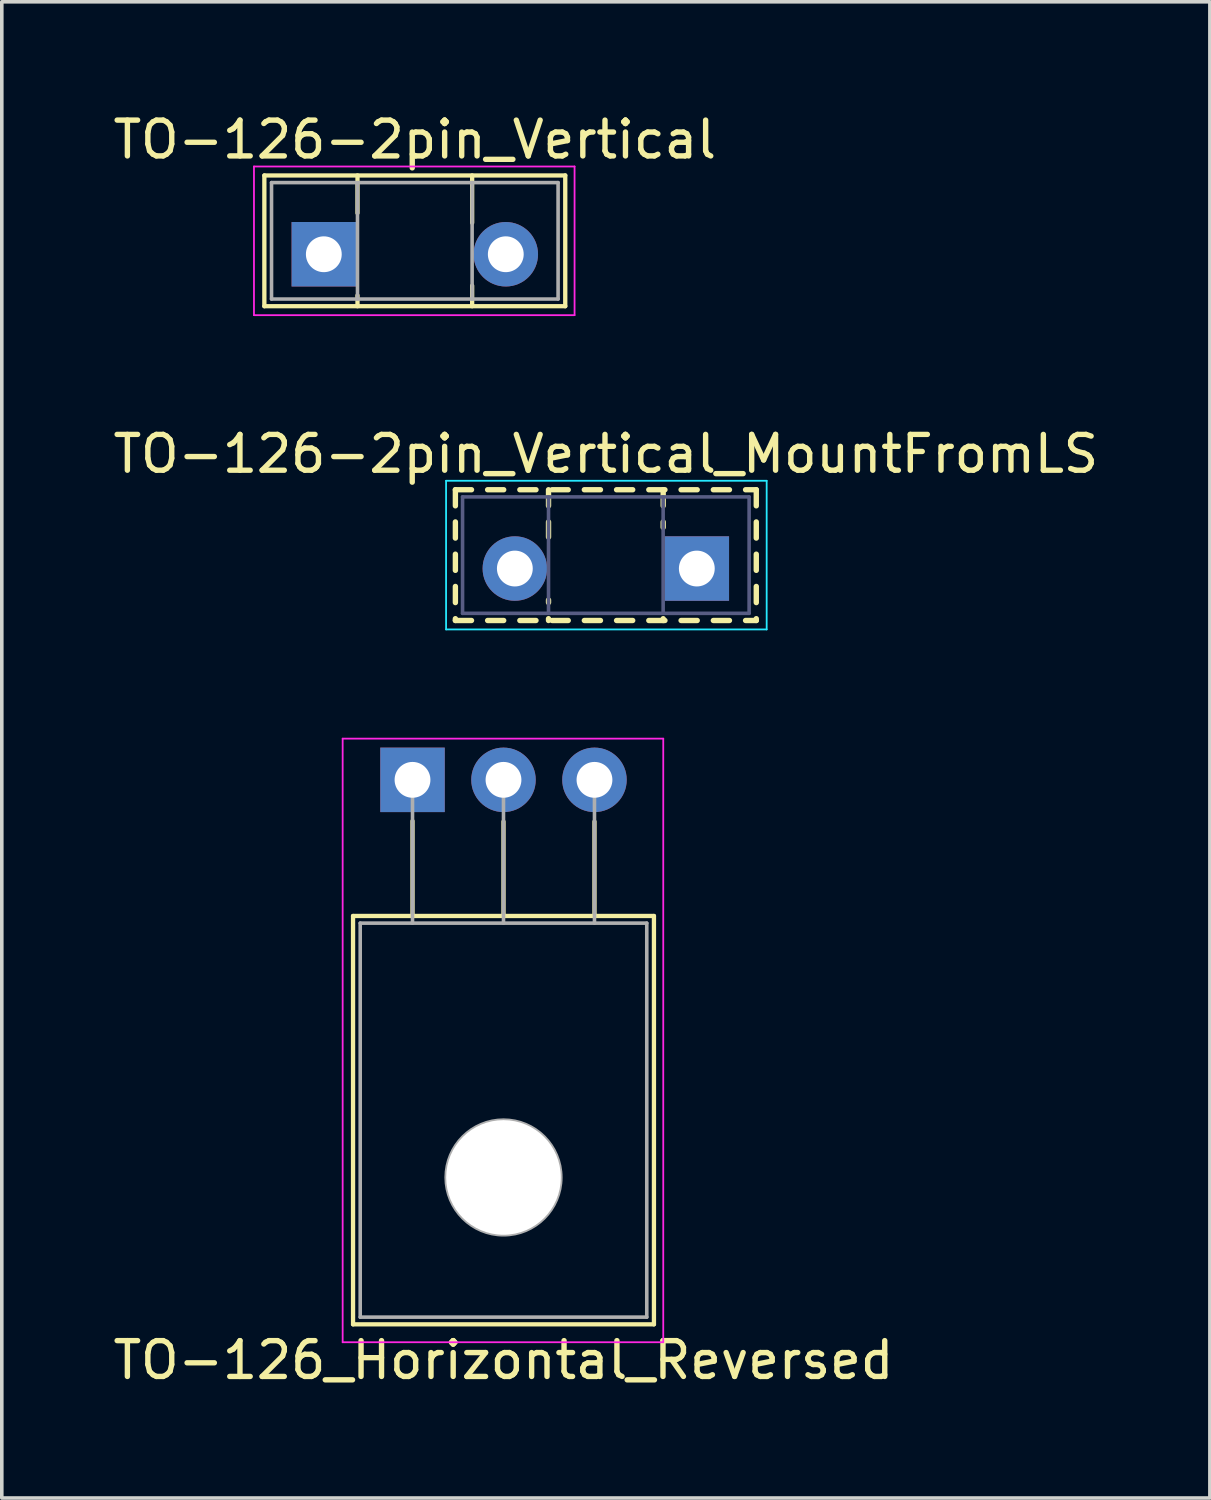
<source format=kicad_pcb>
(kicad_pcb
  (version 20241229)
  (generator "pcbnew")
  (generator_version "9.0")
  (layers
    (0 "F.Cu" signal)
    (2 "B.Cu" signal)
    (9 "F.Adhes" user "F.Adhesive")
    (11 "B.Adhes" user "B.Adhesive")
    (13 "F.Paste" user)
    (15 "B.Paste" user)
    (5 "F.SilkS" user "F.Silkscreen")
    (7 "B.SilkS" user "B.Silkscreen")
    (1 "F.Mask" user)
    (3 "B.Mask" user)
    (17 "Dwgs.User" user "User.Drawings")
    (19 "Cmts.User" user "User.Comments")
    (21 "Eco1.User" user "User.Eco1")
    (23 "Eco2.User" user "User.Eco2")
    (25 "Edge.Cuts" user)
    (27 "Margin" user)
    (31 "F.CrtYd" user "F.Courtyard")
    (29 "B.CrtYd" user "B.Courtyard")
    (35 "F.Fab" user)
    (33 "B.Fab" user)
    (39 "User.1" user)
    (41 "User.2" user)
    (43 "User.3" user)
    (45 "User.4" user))
  (footprint "TO-126_Horizontal_Reversed"
    (layer "F.Cu")
    (at 8.466 18.721)
    (property "Reference" "TO-126_Horizontal_Reversed" (at 2.54 16.2 0) (layer "F.SilkS") (effects (font (size 1 1) (thickness 0.15))))
    (attr through_hole)
    (fp_line (start -1.66 3.8) (end -1.66 15.2) (stroke (width 0.12) (type solid)) (layer "F.SilkS"))
    (fp_line (start -1.66 3.8) (end 6.74 3.8) (stroke (width 0.12) (type solid)) (layer "F.SilkS"))
    (fp_line (start -1.66 15.2) (end 6.74 15.2) (stroke (width 0.12) (type solid)) (layer "F.SilkS"))
    (fp_line (start 0 1.15) (end 0 3.8) (stroke (width 0.12) (type solid)) (layer "F.SilkS"))
    (fp_line (start 2.54 1.165) (end 2.54 3.8) (stroke (width 0.12) (type solid)) (layer "F.SilkS"))
    (fp_line (start 5.08 1.165) (end 5.08 3.8) (stroke (width 0.12) (type solid)) (layer "F.SilkS"))
    (fp_line (start 6.74 3.8) (end 6.74 15.2) (stroke (width 0.12) (type solid)) (layer "F.SilkS"))
    (fp_line (start -1.95 -1.15) (end -1.95 15.7) (stroke (width 0.05) (type solid)) (layer "F.CrtYd"))
    (fp_line (start -1.95 15.7) (end 7 15.7) (stroke (width 0.05) (type solid)) (layer "F.CrtYd"))
    (fp_line (start 7 -1.15) (end -1.95 -1.15) (stroke (width 0.05) (type solid)) (layer "F.CrtYd"))
    (fp_line (start 7 15.7) (end 7 -1.15) (stroke (width 0.05) (type solid)) (layer "F.CrtYd"))
    (fp_line (start -1.46 4) (end -1.46 15) (stroke (width 0.1) (type solid)) (layer "F.Fab"))
    (fp_line (start -1.46 15) (end 6.54 15) (stroke (width 0.1) (type solid)) (layer "F.Fab"))
    (fp_line (start 0 4) (end 0 0) (stroke (width 0.1) (type solid)) (layer "F.Fab"))
    (fp_line (start 2.54 4) (end 2.54 0) (stroke (width 0.1) (type solid)) (layer "F.Fab"))
    (fp_line (start 5.08 4) (end 5.08 0) (stroke (width 0.1) (type solid)) (layer "F.Fab"))
    (fp_line (start 6.54 4) (end -1.46 4) (stroke (width 0.1) (type solid)) (layer "F.Fab"))
    (fp_line (start 6.54 15) (end 6.54 4) (stroke (width 0.1) (type solid)) (layer "F.Fab"))
    (fp_circle (center 2.54 11.1) (end 4.14 11.1) (stroke (width 0.1) (type solid)) (fill no) (layer "F.Fab"))
    (pad "" np_thru_hole oval (at 2.54 11.1) (size 3.2 3.2) (drill 3.2) (layers "*.Cu" "*.Mask"))
    (pad "1" thru_hole rect (at 0 0) (size 1.8 1.8) (drill 1) (layers "*.Cu" "*.Mask"))
    (pad "2" thru_hole oval (at 2.54 0) (size 1.8 1.8) (drill 1) (layers "*.Cu" "*.Mask"))
    (pad "3" thru_hole oval (at 5.08 0) (size 1.8 1.8) (drill 1) (layers "*.Cu" "*.Mask")))
  (footprint "TO-126-2pin_Vertical"
    (layer "F.Cu")
    (at 5.99 4.048)
    (property "Reference" "TO-126-2pin_Vertical" (at 2.54 -3.2 0) (layer "F.SilkS") (effects (font (size 1 1) (thickness 0.15))))
    (attr through_hole)
    (fp_line (start -1.66 -2.2) (end -1.66 1.45) (stroke (width 0.12) (type solid)) (layer "F.SilkS"))
    (fp_line (start -1.66 -2.2) (end 6.74 -2.2) (stroke (width 0.12) (type solid)) (layer "F.SilkS"))
    (fp_line (start -1.66 1.45) (end 6.74 1.45) (stroke (width 0.12) (type solid)) (layer "F.SilkS"))
    (fp_line (start 0.94 -2.2) (end 0.94 -1.15) (stroke (width 0.12) (type solid)) (layer "F.SilkS"))
    (fp_line (start 0.94 1.15) (end 0.94 1.45) (stroke (width 0.12) (type solid)) (layer "F.SilkS"))
    (fp_line (start 4.141 -2.2) (end 4.141 -0.878) (stroke (width 0.12) (type solid)) (layer "F.SilkS"))
    (fp_line (start 4.141 0.878) (end 4.141 1.45) (stroke (width 0.12) (type solid)) (layer "F.SilkS"))
    (fp_line (start 6.74 -2.2) (end 6.74 1.45) (stroke (width 0.12) (type solid)) (layer "F.SilkS"))
    (fp_line (start -1.95 -2.45) (end -1.95 1.7) (stroke (width 0.05) (type solid)) (layer "F.CrtYd"))
    (fp_line (start -1.95 1.7) (end 7 1.7) (stroke (width 0.05) (type solid)) (layer "F.CrtYd"))
    (fp_line (start 7 -2.45) (end -1.95 -2.45) (stroke (width 0.05) (type solid)) (layer "F.CrtYd"))
    (fp_line (start 7 1.7) (end 7 -2.45) (stroke (width 0.05) (type solid)) (layer "F.CrtYd"))
    (fp_line (start -1.46 -2) (end -1.46 1.25) (stroke (width 0.1) (type solid)) (layer "F.Fab"))
    (fp_line (start -1.46 1.25) (end 6.54 1.25) (stroke (width 0.1) (type solid)) (layer "F.Fab"))
    (fp_line (start 0.94 -2) (end 0.94 1.25) (stroke (width 0.1) (type solid)) (layer "F.Fab"))
    (fp_line (start 4.14 -2) (end 4.14 1.25) (stroke (width 0.1) (type solid)) (layer "F.Fab"))
    (fp_line (start 6.54 -2) (end -1.46 -2) (stroke (width 0.1) (type solid)) (layer "F.Fab"))
    (fp_line (start 6.54 1.25) (end 6.54 -2) (stroke (width 0.1) (type solid)) (layer "F.Fab"))
    (pad "1" thru_hole rect (at 0 0) (size 1.8 1.8) (drill 1) (layers "*.Cu" "*.Mask"))
    (pad "2" thru_hole oval (at 5.08 0) (size 1.8 1.8) (drill 1) (layers "*.Cu" "*.Mask")))
  (footprint "TO-126-2pin_Vertical_MountFromLS"
    (layer "F.Cu")
    (at 16.403 12.822)
    (property "Reference" "TO-126-2pin_Vertical_MountFromLS" (at -2.54 -3.2 0) (layer "F.SilkS") (effects (font (size 1 1) (thickness 0.15))))
    (attr through_hole)
    (fp_line (start -6.74 -2.2) (end -6.74 -1.751) (stroke (width 0.15) (type solid)) (layer "F.SilkS"))
    (fp_line (start -6.74 -2.2) (end -6.29 -2.2) (stroke (width 0.15) (type solid)) (layer "F.SilkS"))
    (fp_line (start -6.74 -1.301) (end -6.74 -0.851) (stroke (width 0.15) (type solid)) (layer "F.SilkS"))
    (fp_line (start -6.74 -0.401) (end -6.74 0.05) (stroke (width 0.15) (type solid)) (layer "F.SilkS"))
    (fp_line (start -6.74 0.5) (end -6.74 0.95) (stroke (width 0.15) (type solid)) (layer "F.SilkS"))
    (fp_line (start -6.74 1.4) (end -6.74 1.45) (stroke (width 0.15) (type solid)) (layer "F.SilkS"))
    (fp_line (start -6.74 1.45) (end -6.29 1.45) (stroke (width 0.15) (type solid)) (layer "F.SilkS"))
    (fp_line (start -5.84 -2.2) (end -5.391 -2.2) (stroke (width 0.15) (type solid)) (layer "F.SilkS"))
    (fp_line (start -5.84 1.45) (end -5.391 1.45) (stroke (width 0.15) (type solid)) (layer "F.SilkS"))
    (fp_line (start -4.94 -2.2) (end -4.49 -2.2) (stroke (width 0.15) (type solid)) (layer "F.SilkS"))
    (fp_line (start -4.94 1.45) (end -4.49 1.45) (stroke (width 0.15) (type solid)) (layer "F.SilkS"))
    (fp_line (start -4.14 -2.2) (end -4.14 -1.751) (stroke (width 0.15) (type solid)) (layer "F.SilkS"))
    (fp_line (start -4.14 -1.301) (end -4.14 -0.878) (stroke (width 0.15) (type solid)) (layer "F.SilkS"))
    (fp_line (start -4.14 0.878) (end -4.14 0.95) (stroke (width 0.15) (type solid)) (layer "F.SilkS"))
    (fp_line (start -4.14 1.4) (end -4.14 1.45) (stroke (width 0.15) (type solid)) (layer "F.SilkS"))
    (fp_line (start -4.04 -2.2) (end -3.59 -2.2) (stroke (width 0.15) (type solid)) (layer "F.SilkS"))
    (fp_line (start -4.04 1.45) (end -3.59 1.45) (stroke (width 0.15) (type solid)) (layer "F.SilkS"))
    (fp_line (start -3.14 -2.2) (end -2.69 -2.2) (stroke (width 0.15) (type solid)) (layer "F.SilkS"))
    (fp_line (start -3.14 1.45) (end -2.69 1.45) (stroke (width 0.15) (type solid)) (layer "F.SilkS"))
    (fp_line (start -2.24 -2.2) (end -1.79 -2.2) (stroke (width 0.15) (type solid)) (layer "F.SilkS"))
    (fp_line (start -2.24 1.45) (end -1.79 1.45) (stroke (width 0.15) (type solid)) (layer "F.SilkS"))
    (fp_line (start -1.34 -2.2) (end -0.89 -2.2) (stroke (width 0.15) (type solid)) (layer "F.SilkS"))
    (fp_line (start -1.34 1.45) (end -0.89 1.45) (stroke (width 0.15) (type solid)) (layer "F.SilkS"))
    (fp_line (start -0.939 -2.2) (end -0.939 -1.751) (stroke (width 0.15) (type solid)) (layer "F.SilkS"))
    (fp_line (start -0.939 -1.301) (end -0.939 -1.15) (stroke (width 0.15) (type solid)) (layer "F.SilkS"))
    (fp_line (start -0.939 1.4) (end -0.939 1.45) (stroke (width 0.15) (type solid)) (layer "F.SilkS"))
    (fp_line (start -0.439 -2.2) (end 0.011 -2.2) (stroke (width 0.15) (type solid)) (layer "F.SilkS"))
    (fp_line (start -0.439 1.45) (end 0.011 1.45) (stroke (width 0.15) (type solid)) (layer "F.SilkS"))
    (fp_line (start 0.461 -2.2) (end 0.911 -2.2) (stroke (width 0.15) (type solid)) (layer "F.SilkS"))
    (fp_line (start 0.461 1.45) (end 0.911 1.45) (stroke (width 0.15) (type solid)) (layer "F.SilkS"))
    (fp_line (start 1.361 -2.2) (end 1.66 -2.2) (stroke (width 0.15) (type solid)) (layer "F.SilkS"))
    (fp_line (start 1.361 1.45) (end 1.66 1.45) (stroke (width 0.15) (type solid)) (layer "F.SilkS"))
    (fp_line (start 1.66 -2.2) (end 1.66 -1.751) (stroke (width 0.15) (type solid)) (layer "F.SilkS"))
    (fp_line (start 1.66 -1.301) (end 1.66 -0.851) (stroke (width 0.15) (type solid)) (layer "F.SilkS"))
    (fp_line (start 1.66 -0.401) (end 1.66 0.05) (stroke (width 0.15) (type solid)) (layer "F.SilkS"))
    (fp_line (start 1.66 0.5) (end 1.66 0.95) (stroke (width 0.15) (type solid)) (layer "F.SilkS"))
    (fp_line (start 1.66 1.4) (end 1.66 1.45) (stroke (width 0.15) (type solid)) (layer "F.SilkS"))
    (fp_line (start -7 -2.45) (end -7 1.7) (stroke (width 0.05) (type solid)) (layer "B.CrtYd"))
    (fp_line (start -7 1.7) (end 1.95 1.7) (stroke (width 0.05) (type solid)) (layer "B.CrtYd"))
    (fp_line (start 1.95 -2.45) (end -7 -2.45) (stroke (width 0.05) (type solid)) (layer "B.CrtYd"))
    (fp_line (start 1.95 1.7) (end 1.95 -2.45) (stroke (width 0.05) (type solid)) (layer "B.CrtYd"))
    (fp_line (start -6.54 -2) (end -6.54 1.25) (stroke (width 0.1) (type solid)) (layer "B.Fab"))
    (fp_line (start -6.54 1.25) (end 1.46 1.25) (stroke (width 0.1) (type solid)) (layer "B.Fab"))
    (fp_line (start -4.14 -2) (end -4.14 1.25) (stroke (width 0.1) (type solid)) (layer "B.Fab"))
    (fp_line (start -0.94 -2) (end -0.94 1.25) (stroke (width 0.1) (type solid)) (layer "B.Fab"))
    (fp_line (start 1.46 -2) (end -6.54 -2) (stroke (width 0.1) (type solid)) (layer "B.Fab"))
    (fp_line (start 1.46 1.25) (end 1.46 -2) (stroke (width 0.1) (type solid)) (layer "B.Fab"))
    (pad "1" thru_hole rect (at 0 0) (size 1.8 1.8) (drill 1) (layers "*.Cu" "*.Mask"))
    (pad "2" thru_hole oval (at -5.08 0) (size 1.8 1.8) (drill 1) (layers "*.Cu" "*.Mask")))
  (gr_rect
    (start -3 -3)
    (end 30.726 38.77)
    (stroke (width 0.1) (type default))
    (fill no)
    (layer "Edge.Cuts")))
</source>
